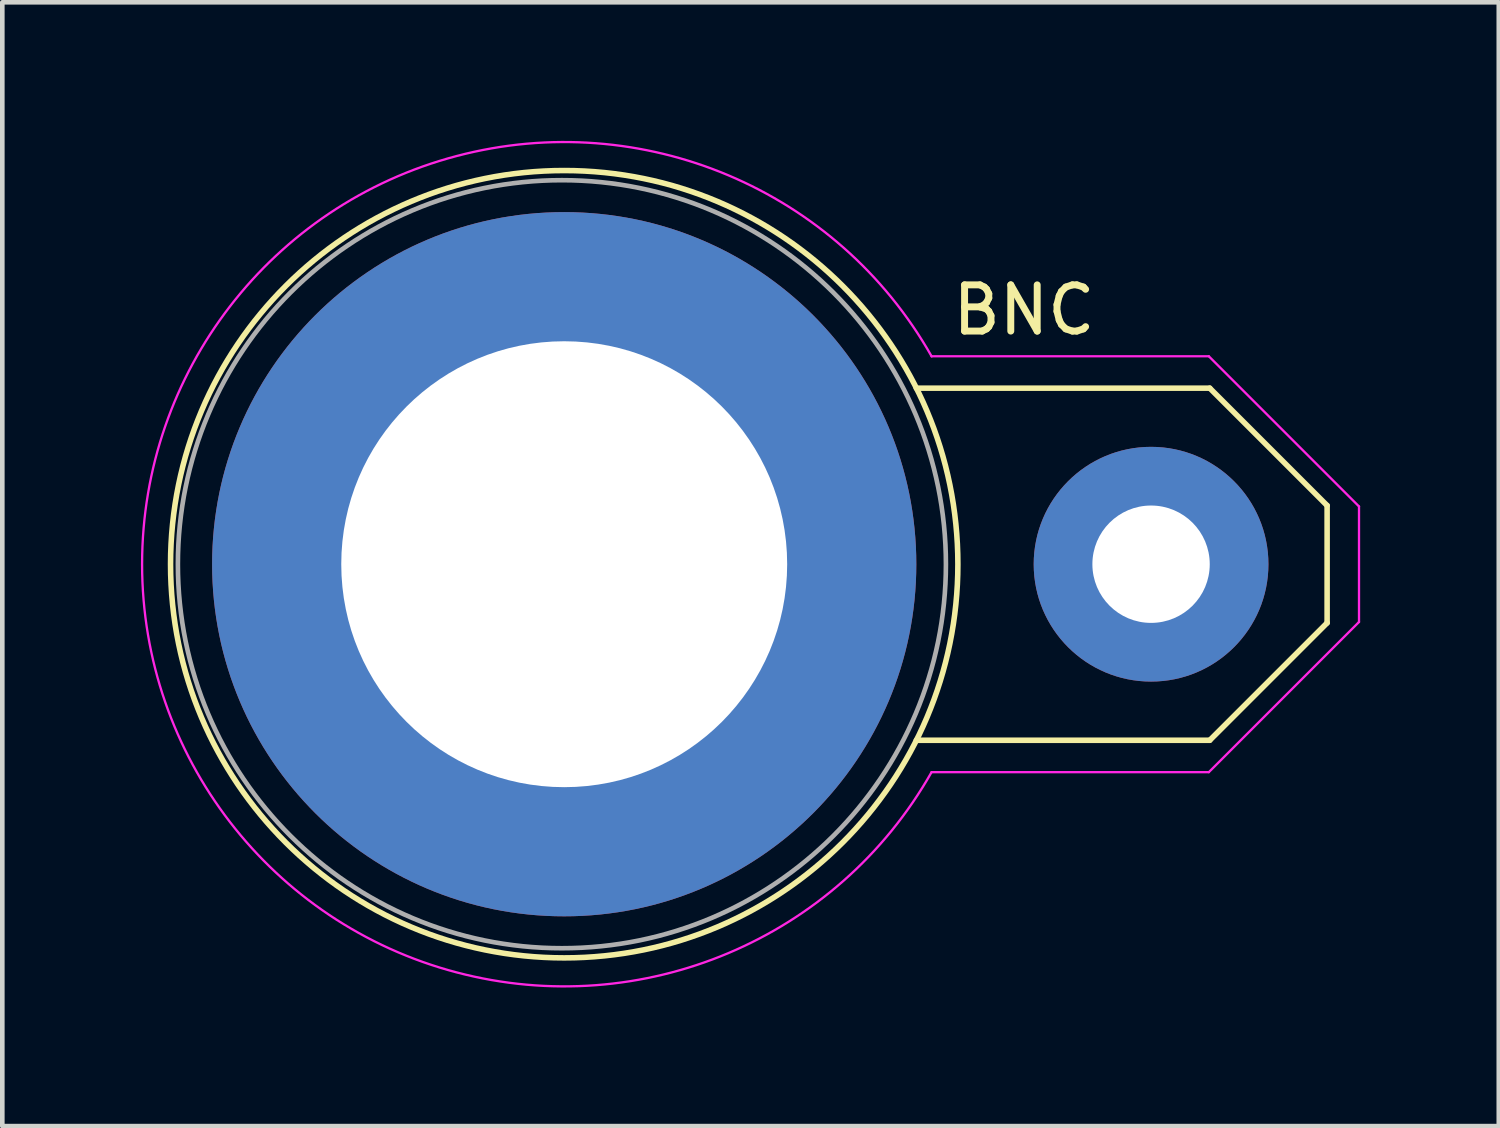
<source format=kicad_pcb>
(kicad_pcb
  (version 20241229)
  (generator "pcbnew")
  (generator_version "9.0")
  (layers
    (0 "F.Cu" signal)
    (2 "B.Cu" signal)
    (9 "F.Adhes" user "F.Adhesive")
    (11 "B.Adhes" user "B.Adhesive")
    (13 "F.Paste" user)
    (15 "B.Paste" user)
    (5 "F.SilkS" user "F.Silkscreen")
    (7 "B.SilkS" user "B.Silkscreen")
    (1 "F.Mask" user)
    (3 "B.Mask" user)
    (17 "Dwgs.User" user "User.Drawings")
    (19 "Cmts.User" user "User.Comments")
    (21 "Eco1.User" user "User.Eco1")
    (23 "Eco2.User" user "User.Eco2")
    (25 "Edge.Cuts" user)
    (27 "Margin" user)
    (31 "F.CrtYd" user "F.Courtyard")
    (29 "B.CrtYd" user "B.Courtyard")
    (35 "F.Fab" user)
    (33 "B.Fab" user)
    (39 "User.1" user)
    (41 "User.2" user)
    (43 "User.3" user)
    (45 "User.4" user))
  (footprint "BNC"
    (layer "F.Cu")
    (at 21.86 9.16)
    (property "Reference" "BNC" (at -2.75 -5.5 0) (layer "F.SilkS") (effects (font (size 1 1) (thickness 0.15))))
    (attr through_hole)
    (fp_line (start -5.08 3.81) (end 1.27 3.81) (stroke (width 0.12) (type solid)) (layer "F.SilkS"))
    (fp_line (start 1.27 -3.81) (end -5.08 -3.81) (stroke (width 0.12) (type solid)) (layer "F.SilkS"))
    (fp_line (start 1.27 3.81) (end 3.81 1.27) (stroke (width 0.12) (type solid)) (layer "F.SilkS"))
    (fp_line (start 3.81 -1.27) (end 1.27 -3.81) (stroke (width 0.12) (type solid)) (layer "F.SilkS"))
    (fp_line (start 3.81 1.27) (end 3.81 -1.27) (stroke (width 0.12) (type solid)) (layer "F.SilkS"))
    (fp_circle (center -12.7 0) (end -5.08 3.81) (stroke (width 0.12) (type solid)) (fill no) (layer "F.SilkS"))
    (fp_line (start -4.75 -4.5) (end 1.25 -4.5) (stroke (width 0.05) (type solid)) (layer "F.CrtYd"))
    (fp_line (start 1.25 -4.5) (end 4.5 -1.25) (stroke (width 0.05) (type solid)) (layer "F.CrtYd"))
    (fp_line (start 1.25 4.5) (end -4.75 4.5) (stroke (width 0.05) (type solid)) (layer "F.CrtYd"))
    (fp_line (start 4.5 -1.25) (end 4.5 1.25) (stroke (width 0.05) (type solid)) (layer "F.CrtYd"))
    (fp_line (start 4.5 1.25) (end 1.25 4.5) (stroke (width 0.05) (type solid)) (layer "F.CrtYd"))
    (fp_arc (start -4.75 4.5) (mid -21.835234 -0.001833) (end -4.748194 -4.496809) (stroke (width 0.05) (type solid)) (layer "F.CrtYd"))
    (fp_circle (center -12.75 0) (end -6.75 5.75) (stroke (width 0.1) (type solid)) (fill no) (layer "F.Fab"))
    (pad "1" thru_hole circle (at 0 0) (size 5.08 5.08) (drill 2.54) (layers "*.Cu" "*.Mask"))
    (pad "2" thru_hole circle (at -12.7 0) (size 15.24 15.24) (drill 9.65) (layers "*.Cu" "*.Mask")))
  (gr_rect
    (start -3 -3)
    (end 29.385 21.32)
    (stroke (width 0.1) (type default))
    (fill no)
    (layer "Edge.Cuts")))
</source>
